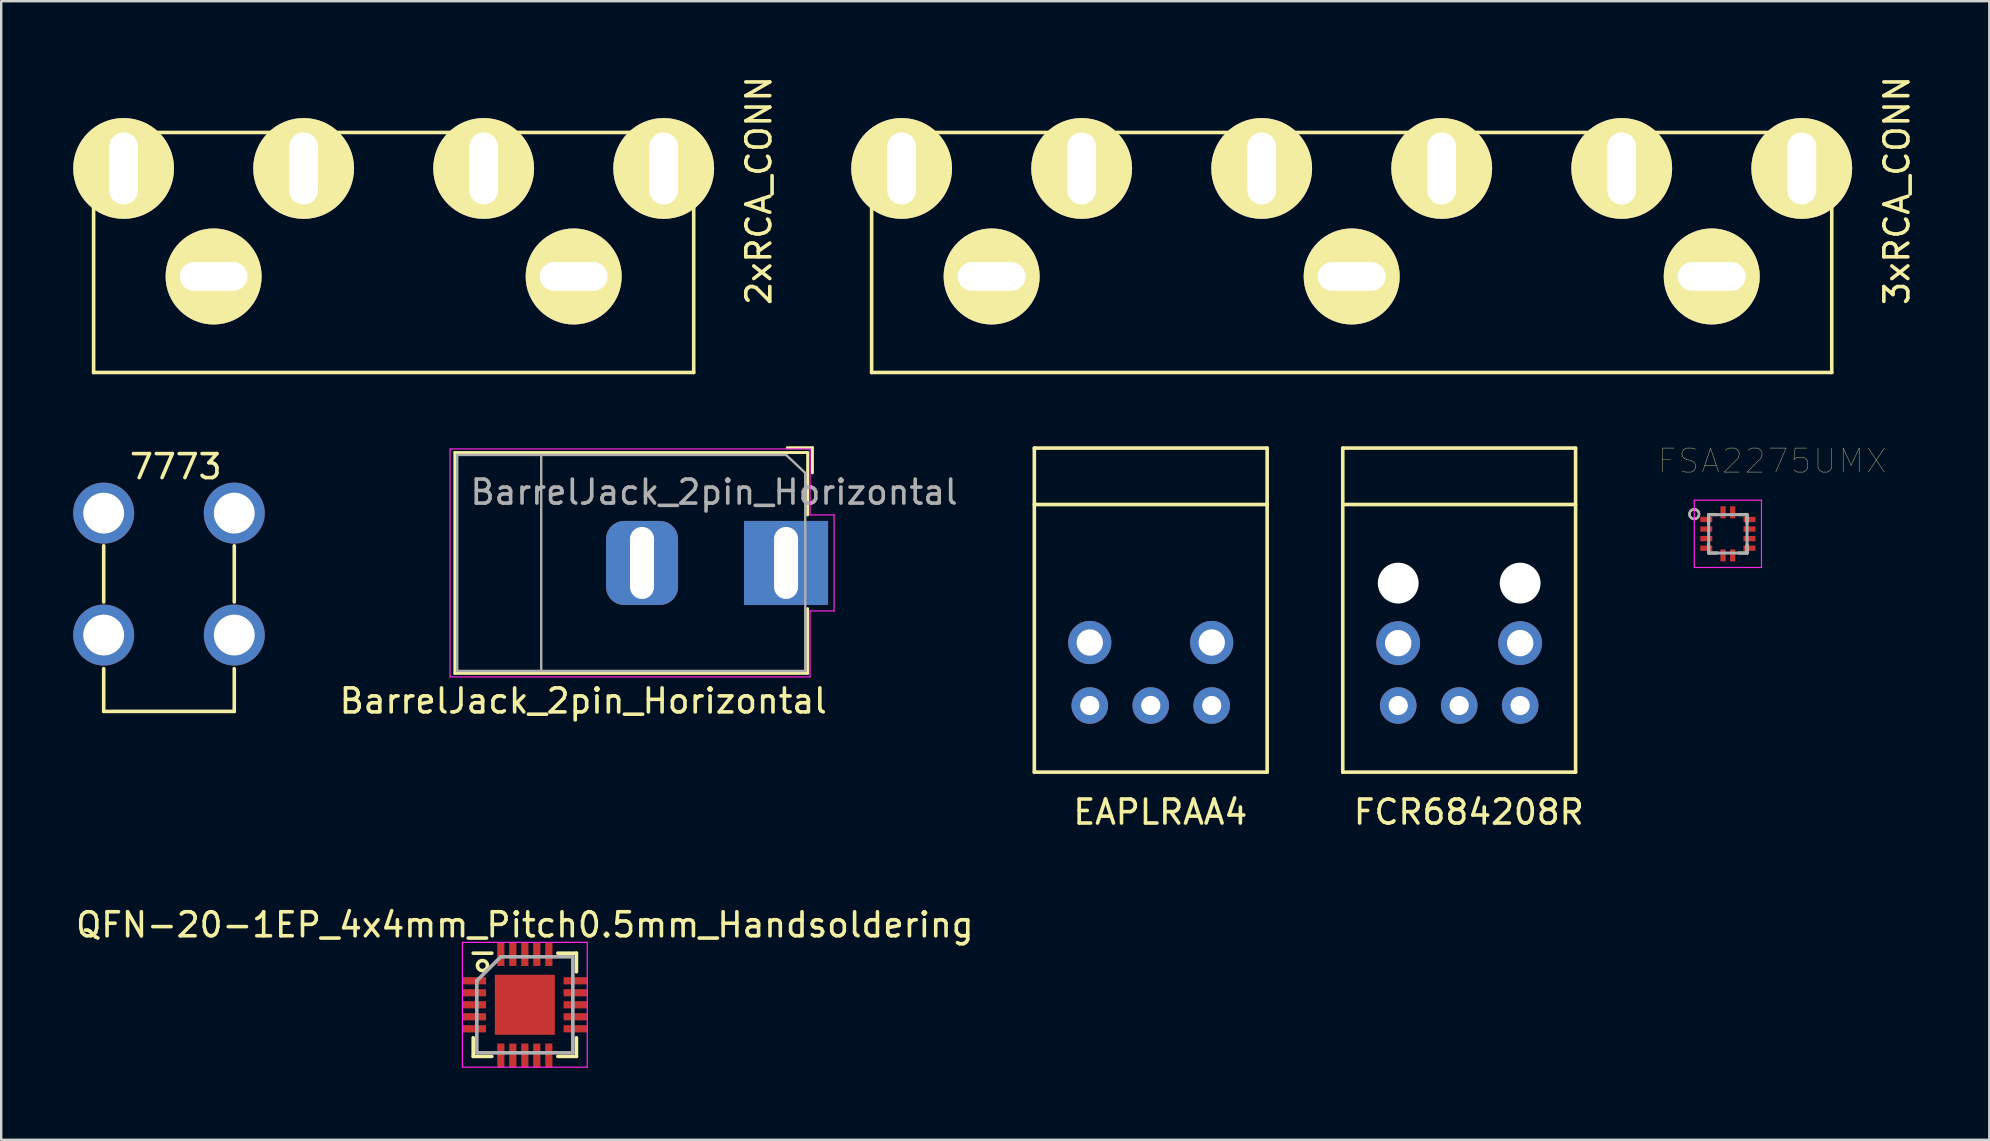
<source format=kicad_pcb>
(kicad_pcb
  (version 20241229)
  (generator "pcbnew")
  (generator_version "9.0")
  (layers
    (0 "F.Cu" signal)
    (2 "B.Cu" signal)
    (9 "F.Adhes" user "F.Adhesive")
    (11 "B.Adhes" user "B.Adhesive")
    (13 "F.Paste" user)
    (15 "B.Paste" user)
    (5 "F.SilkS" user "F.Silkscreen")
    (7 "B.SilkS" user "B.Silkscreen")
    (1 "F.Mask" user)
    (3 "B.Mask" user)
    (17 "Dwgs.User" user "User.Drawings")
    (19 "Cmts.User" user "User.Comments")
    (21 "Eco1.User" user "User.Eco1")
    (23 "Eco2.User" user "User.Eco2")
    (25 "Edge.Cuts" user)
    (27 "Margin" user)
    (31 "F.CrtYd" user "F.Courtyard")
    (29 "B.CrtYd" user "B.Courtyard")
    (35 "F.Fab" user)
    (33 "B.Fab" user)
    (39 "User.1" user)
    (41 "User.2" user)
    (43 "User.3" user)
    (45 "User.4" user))
  (footprint "QFN-20-1EP_4x4mm_Pitch0.5mm_Handsoldering"
    (layer "F.Cu")
    (at 18.815 38.81)
    (property "Reference" "QFN-20-1EP_4x4mm_Pitch0.5mm_Handsoldering" (at 0 -3.33 0) (layer "F.SilkS") (effects (font (size 1 1) (thickness 0.15))))
    (attr smd)
    (fp_line (start -2.15 -2.15) (end -1.375 -2.15) (stroke (width 0.15) (type solid)) (layer "F.SilkS"))
    (fp_line (start -2.15 2.15) (end -2.15 1.375) (stroke (width 0.15) (type solid)) (layer "F.SilkS"))
    (fp_line (start -2.15 2.15) (end -1.375 2.15) (stroke (width 0.15) (type solid)) (layer "F.SilkS"))
    (fp_line (start 2.15 -2.15) (end 1.375 -2.15) (stroke (width 0.15) (type solid)) (layer "F.SilkS"))
    (fp_line (start 2.15 -2.15) (end 2.15 -1.375) (stroke (width 0.15) (type solid)) (layer "F.SilkS"))
    (fp_line (start 2.15 2.15) (end 1.375 2.15) (stroke (width 0.15) (type solid)) (layer "F.SilkS"))
    (fp_line (start 2.15 2.15) (end 2.15 1.375) (stroke (width 0.15) (type solid)) (layer "F.SilkS"))
    (fp_circle (center -1.765 -1.633) (end -1.605 -1.499) (stroke (width 0.15) (type solid)) (fill no) (layer "F.SilkS"))
    (fp_line (start -2.6 -2.6) (end -2.6 2.6) (stroke (width 0.05) (type solid)) (layer "F.CrtYd"))
    (fp_line (start -2.6 -2.6) (end 2.6 -2.6) (stroke (width 0.05) (type solid)) (layer "F.CrtYd"))
    (fp_line (start -2.6 2.6) (end 2.6 2.6) (stroke (width 0.05) (type solid)) (layer "F.CrtYd"))
    (fp_line (start 2.6 -2.6) (end 2.6 2.6) (stroke (width 0.05) (type solid)) (layer "F.CrtYd"))
    (fp_line (start -2 -1) (end -1 -2) (stroke (width 0.15) (type solid)) (layer "F.Fab"))
    (fp_line (start -2 2) (end -2 -1) (stroke (width 0.15) (type solid)) (layer "F.Fab"))
    (fp_line (start -1 -2) (end 2 -2) (stroke (width 0.15) (type solid)) (layer "F.Fab"))
    (fp_line (start 2 -2) (end 2 2) (stroke (width 0.15) (type solid)) (layer "F.Fab"))
    (fp_line (start 2 2) (end -2 2) (stroke (width 0.15) (type solid)) (layer "F.Fab"))
    (pad "1" smd rect (at -2.115 -1) (size 1 0.3) (layers "F.Cu" "F.Mask" "F.Paste"))
    (pad "2" smd rect (at -2.115 -0.5) (size 1 0.3) (layers "F.Cu" "F.Mask" "F.Paste"))
    (pad "3" smd rect (at -2.115 0) (size 1 0.3) (layers "F.Cu" "F.Mask" "F.Paste"))
    (pad "4" smd rect (at -2.115 0.5) (size 1 0.3) (layers "F.Cu" "F.Mask" "F.Paste"))
    (pad "5" smd rect (at -2.115 1) (size 1 0.3) (layers "F.Cu" "F.Mask" "F.Paste"))
    (pad "6" smd rect (at -1 2.115 90) (size 1 0.3) (layers "F.Cu" "F.Mask" "F.Paste"))
    (pad "7" smd rect (at -0.5 2.115 90) (size 1 0.3) (layers "F.Cu" "F.Mask" "F.Paste"))
    (pad "8" smd rect (at 0 2.115 90) (size 1 0.3) (layers "F.Cu" "F.Mask" "F.Paste"))
    (pad "9" smd rect (at 0.5 2.115 90) (size 1 0.3) (layers "F.Cu" "F.Mask" "F.Paste"))
    (pad "10" smd rect (at 1 2.115 90) (size 1 0.3) (layers "F.Cu" "F.Mask" "F.Paste"))
    (pad "11" smd rect (at 2.115 1) (size 1 0.3) (layers "F.Cu" "F.Mask" "F.Paste"))
    (pad "12" smd rect (at 2.115 0.5) (size 1 0.3) (layers "F.Cu" "F.Mask" "F.Paste"))
    (pad "13" smd rect (at 2.115 0) (size 1 0.3) (layers "F.Cu" "F.Mask" "F.Paste"))
    (pad "14" smd rect (at 2.115 -0.5) (size 1 0.3) (layers "F.Cu" "F.Mask" "F.Paste"))
    (pad "15" smd rect (at 2.115 -1) (size 1 0.3) (layers "F.Cu" "F.Mask" "F.Paste"))
    (pad "16" smd rect (at 1 -2.115 90) (size 1 0.3) (layers "F.Cu" "F.Mask" "F.Paste"))
    (pad "17" smd rect (at 0.5 -2.115 90) (size 1 0.3) (layers "F.Cu" "F.Mask" "F.Paste"))
    (pad "18" smd rect (at 0 -2.115 90) (size 1 0.3) (layers "F.Cu" "F.Mask" "F.Paste"))
    (pad "19" smd rect (at -0.5 -2.115 90) (size 1 0.3) (layers "F.Cu" "F.Mask" "F.Paste"))
    (pad "20" smd rect (at -1 -2.115 90) (size 1 0.3) (layers "F.Cu" "F.Mask" "F.Paste"))
    (pad "EP" smd rect (at 0 0) (size 2.5 2.5) (layers "F.Cu" "F.Mask" "F.Paste")))
  (footprint "EAPLRAA4"
    (layer "F.Cu")
    (at 44.891 26.343)
    (property "Reference" "EAPLRAA4" (at 0.401 4.44 0) (layer "F.SilkS") (effects (font (size 1 1) (thickness 0.15))))
    (attr through_hole)
    (fp_line (start -4.85 -10.725) (end 4.85 -10.725) (stroke (width 0.15) (type solid)) (layer "F.SilkS"))
    (fp_line (start -4.85 -8.375) (end 4.85 -8.375) (stroke (width 0.15) (type solid)) (layer "F.SilkS"))
    (fp_line (start -4.85 2.775) (end -4.85 -10.725) (stroke (width 0.15) (type solid)) (layer "F.SilkS"))
    (fp_line (start 4.85 -10.725) (end 4.85 2.775) (stroke (width 0.15) (type solid)) (layer "F.SilkS"))
    (fp_line (start 4.85 2.775) (end -4.85 2.775) (stroke (width 0.15) (type solid)) (layer "F.SilkS"))
    (pad "1" thru_hole circle (at -2.54 0) (size 1.524 1.524) (drill 0.8) (layers "*.Cu" "*.Mask"))
    (pad "2" thru_hole circle (at 0 0) (size 1.524 1.524) (drill 0.8) (layers "*.Cu" "*.Mask"))
    (pad "3" thru_hole circle (at 2.54 0) (size 1.524 1.524) (drill 0.8) (layers "*.Cu" "*.Mask"))
    (pad "4" thru_hole circle (at 2.54 -2.625) (size 1.8 1.8) (drill 1.1) (layers "*.Cu" "*.Mask"))
    (pad "5" thru_hole circle (at -2.54 -2.625) (size 1.8 1.8) (drill 1.1) (layers "*.Cu" "*.Mask")))
  (footprint "FCR684208R"
    (layer "F.Cu")
    (at 57.741 26.343)
    (property "Reference" "FCR684208R" (at 0.401 4.44 0) (layer "F.SilkS") (effects (font (size 1 1) (thickness 0.15))))
    (attr through_hole)
    (fp_line (start -4.85 -10.725) (end 4.85 -10.725) (stroke (width 0.15) (type solid)) (layer "F.SilkS"))
    (fp_line (start -4.85 -8.375) (end 4.85 -8.375) (stroke (width 0.15) (type solid)) (layer "F.SilkS"))
    (fp_line (start -4.85 2.775) (end -4.85 -10.725) (stroke (width 0.15) (type solid)) (layer "F.SilkS"))
    (fp_line (start 4.85 -10.725) (end 4.85 2.775) (stroke (width 0.15) (type solid)) (layer "F.SilkS"))
    (fp_line (start 4.85 2.775) (end -4.85 2.775) (stroke (width 0.15) (type solid)) (layer "F.SilkS"))
    (pad "" np_thru_hole circle (at -2.54 -5.1) (size 1.7 1.7) (drill 1.7) (layers "*.Cu" "*.Mask"))
    (pad "" np_thru_hole circle (at 2.54 -5.1) (size 1.7 1.7) (drill 1.7) (layers "*.Cu" "*.Mask"))
    (pad "1" thru_hole circle (at -2.54 0) (size 1.524 1.524) (drill 0.8) (layers "*.Cu" "*.Mask"))
    (pad "2" thru_hole circle (at 0 0) (size 1.524 1.524) (drill 0.8) (layers "*.Cu" "*.Mask"))
    (pad "3" thru_hole circle (at 2.54 0) (size 1.524 1.524) (drill 0.8) (layers "*.Cu" "*.Mask"))
    (pad "4" thru_hole circle (at 2.54 -2.6) (size 1.824 1.824) (drill 1.1) (layers "*.Cu" "*.Mask"))
    (pad "5" thru_hole circle (at -2.54 -2.6) (size 1.824 1.824) (drill 1.1) (layers "*.Cu" "*.Mask")))
  (footprint "BarrelJack_2pin_Horizontal"
    (layer "F.Cu")
    (at 29.698 20.403)
    (property "Reference" "BarrelJack_2pin_Horizontal" (at -8.45 5.75 0) (layer "F.SilkS") (effects (font (size 1 1) (thickness 0.15))))
    (attr through_hole)
    (fp_line (start -13.8 -4.6) (end 0.9 -4.6) (stroke (width 0.12) (type solid)) (layer "F.SilkS"))
    (fp_line (start -13.8 4.6) (end -13.8 -4.6) (stroke (width 0.12) (type solid)) (layer "F.SilkS"))
    (fp_line (start 0.05 -4.8) (end 1.1 -4.8) (stroke (width 0.12) (type solid)) (layer "F.SilkS"))
    (fp_line (start 0.9 -4.6) (end 0.9 -2) (stroke (width 0.12) (type solid)) (layer "F.SilkS"))
    (fp_line (start 0.9 1.9) (end 0.9 4.6) (stroke (width 0.12) (type solid)) (layer "F.SilkS"))
    (fp_line (start 0.9 4.6) (end -13.8 4.6) (stroke (width 0.12) (type solid)) (layer "F.SilkS"))
    (fp_line (start 1.1 -3.75) (end 1.1 -4.8) (stroke (width 0.12) (type solid)) (layer "F.SilkS"))
    (fp_line (start -14 4.75) (end -14 -4.75) (stroke (width 0.05) (type solid)) (layer "F.CrtYd"))
    (fp_line (start 1 -4.75) (end -14 -4.75) (stroke (width 0.05) (type solid)) (layer "F.CrtYd"))
    (fp_line (start 1 -4.5) (end 1 -4.75) (stroke (width 0.05) (type solid)) (layer "F.CrtYd"))
    (fp_line (start 1 -4.5) (end 1 -2) (stroke (width 0.05) (type solid)) (layer "F.CrtYd"))
    (fp_line (start 1 -2) (end 2 -2) (stroke (width 0.05) (type solid)) (layer "F.CrtYd"))
    (fp_line (start 1 2) (end 1 4.75) (stroke (width 0.05) (type solid)) (layer "F.CrtYd"))
    (fp_line (start 1 4.75) (end -14 4.75) (stroke (width 0.05) (type solid)) (layer "F.CrtYd"))
    (fp_line (start 2 -2) (end 2 2) (stroke (width 0.05) (type solid)) (layer "F.CrtYd"))
    (fp_line (start 2 2) (end 1 2) (stroke (width 0.05) (type solid)) (layer "F.CrtYd"))
    (fp_line (start -13.7 -4.5) (end -13.7 4.5) (stroke (width 0.1) (type solid)) (layer "F.Fab"))
    (fp_line (start -13.7 4.5) (end 0.8 4.5) (stroke (width 0.1) (type solid)) (layer "F.Fab"))
    (fp_line (start -10.2 -4.5) (end -10.2 4.5) (stroke (width 0.1) (type solid)) (layer "F.Fab"))
    (fp_line (start -0.003 -4.505) (end 0.8 -3.75) (stroke (width 0.1) (type solid)) (layer "F.Fab"))
    (fp_line (start 0 -4.5) (end -13.7 -4.5) (stroke (width 0.1) (type solid)) (layer "F.Fab"))
    (fp_line (start 0.8 4.5) (end 0.8 -3.75) (stroke (width 0.1) (type solid)) (layer "F.Fab"))
    (fp_text user "${REFERENCE}" (at -3 -2.95 0) (layer "F.Fab") (effects (font (size 1 1) (thickness 0.15))))
    (pad "1" thru_hole rect (at 0 0) (size 3.5 3.5) (drill oval 1 3) (layers "*.Cu" "*.Mask"))
    (pad "2" thru_hole roundrect (at -6 0) (size 3 3.5) (drill oval 1 3) (layers "*.Cu" "*.Mask") (roundrect_rratio 0.25)))
  (footprint "2xRCA_CONN"
    (layer "F.Cu")
    (at 13.35 8.468)
    (property "Reference" "2xRCA_CONN" (at 15.215 -3.581 90) (layer "F.SilkS") (effects (font (size 1 1) (thickness 0.15))))
    (attr through_hole)
    (fp_line (start -12.5 -6) (end -12.5 4) (stroke (width 0.15) (type solid)) (layer "F.SilkS"))
    (fp_line (start -12.5 -6) (end 12.5 -6) (stroke (width 0.15) (type solid)) (layer "F.SilkS"))
    (fp_line (start -12.5 4) (end 12.5 4) (stroke (width 0.15) (type solid)) (layer "F.SilkS"))
    (fp_line (start 12.5 -6) (end 12.5 4) (stroke (width 0.15) (type solid)) (layer "F.SilkS"))
    (pad "1" thru_hole circle (at -11.25 -4.5) (size 4.2 4.2) (drill oval 1.2 3) (layers "*.Cu" "*.Mask" "F.SilkS"))
    (pad "1" thru_hole circle (at -3.75 -4.5) (size 4.2 4.2) (drill oval 1.2 3) (layers "*.Cu" "*.Mask" "F.SilkS"))
    (pad "2" thru_hole circle (at -7.5 0) (size 4 4) (drill oval 2.82 1.2) (layers "*.Cu" "*.Mask" "F.SilkS"))
    (pad "3" thru_hole circle (at 3.75 -4.5) (size 4.2 4.2) (drill oval 1.2 3) (layers "*.Cu" "*.Mask" "F.SilkS"))
    (pad "3" thru_hole circle (at 11.25 -4.5) (size 4.2 4.2) (drill oval 1.2 3) (layers "*.Cu" "*.Mask" "F.SilkS"))
    (pad "4" thru_hole circle (at 7.5 0) (size 4 4) (drill oval 2.82 1.2) (layers "*.Cu" "*.Mask" "F.SilkS")))
  (footprint "FSA2275UMX"
    (layer "F.Cu")
    (at 68.935 19.19)
    (property "Reference" "FSA2275UMX" (at 1.85 -3.035 0) (layer "F.SilkS") (effects (font (size 1 1) (thickness 0.015))))
    (attr through_hole)
    (fp_line (start -0.8 -0.8) (end -0.8 -0.45) (stroke (width 0.127) (type solid)) (layer "F.SilkS"))
    (fp_line (start -0.8 -0.8) (end -0.45 -0.8) (stroke (width 0.127) (type solid)) (layer "F.SilkS"))
    (fp_line (start -0.8 0.8) (end -0.8 0.45) (stroke (width 0.127) (type solid)) (layer "F.SilkS"))
    (fp_line (start -0.8 0.8) (end -0.45 0.8) (stroke (width 0.127) (type solid)) (layer "F.SilkS"))
    (fp_line (start 0.8 -0.8) (end 0.45 -0.8) (stroke (width 0.127) (type solid)) (layer "F.SilkS"))
    (fp_line (start 0.8 -0.8) (end 0.8 -0.45) (stroke (width 0.127) (type solid)) (layer "F.SilkS"))
    (fp_line (start 0.8 0.8) (end 0.45 0.8) (stroke (width 0.127) (type solid)) (layer "F.SilkS"))
    (fp_line (start 0.8 0.8) (end 0.8 0.45) (stroke (width 0.127) (type solid)) (layer "F.SilkS"))
    (fp_circle (center -1.4 -0.82) (end -1.2 -0.82) (stroke (width 0.1) (type solid)) (fill no) (layer "F.SilkS"))
    (fp_line (start -1.4 -1.4) (end 1.4 -1.4) (stroke (width 0.05) (type solid)) (layer "F.CrtYd"))
    (fp_line (start -1.4 1.4) (end -1.4 -1.4) (stroke (width 0.05) (type solid)) (layer "F.CrtYd"))
    (fp_line (start -1.4 1.4) (end 1.4 1.4) (stroke (width 0.05) (type solid)) (layer "F.CrtYd"))
    (fp_line (start 1.4 1.4) (end 1.4 -1.4) (stroke (width 0.05) (type solid)) (layer "F.CrtYd"))
    (fp_line (start -0.8 0.8) (end -0.8 -0.8) (stroke (width 0.127) (type solid)) (layer "F.Fab"))
    (fp_line (start 0.8 -0.8) (end -0.8 -0.8) (stroke (width 0.127) (type solid)) (layer "F.Fab"))
    (fp_line (start 0.8 0.8) (end -0.8 0.8) (stroke (width 0.127) (type solid)) (layer "F.Fab"))
    (fp_line (start 0.8 0.8) (end 0.8 -0.8) (stroke (width 0.127) (type solid)) (layer "F.Fab"))
    (fp_circle (center -1.4 -0.82) (end -1.2 -0.82) (stroke (width 0.1) (type solid)) (fill no) (layer "F.Fab"))
    (pad "1" smd rect (at 0.2 -0.9) (size 0.22 0.5) (layers "F.Cu" "F.Mask" "F.Paste"))
    (pad "2" smd rect (at -0.2 -0.9) (size 0.22 0.5) (layers "F.Cu" "F.Mask" "F.Paste"))
    (pad "3" smd rect (at -0.9 -0.6) (size 0.5 0.22) (layers "F.Cu" "F.Mask" "F.Paste"))
    (pad "4" smd rect (at -0.9 -0.2) (size 0.5 0.22) (layers "F.Cu" "F.Mask" "F.Paste"))
    (pad "5" smd rect (at -0.9 0.2) (size 0.5 0.22) (layers "F.Cu" "F.Mask" "F.Paste"))
    (pad "6" smd rect (at -0.9 0.6) (size 0.5 0.22) (layers "F.Cu" "F.Mask" "F.Paste"))
    (pad "7" smd rect (at -0.2 0.9) (size 0.22 0.5) (layers "F.Cu" "F.Mask" "F.Paste"))
    (pad "8" smd rect (at 0.2 0.9) (size 0.22 0.5) (layers "F.Cu" "F.Mask" "F.Paste"))
    (pad "9" smd rect (at 0.9 0.6) (size 0.5 0.22) (layers "F.Cu" "F.Mask" "F.Paste"))
    (pad "10" smd rect (at 0.9 0.2) (size 0.5 0.22) (layers "F.Cu" "F.Mask" "F.Paste"))
    (pad "11" smd rect (at 0.9 -0.2) (size 0.5 0.22) (layers "F.Cu" "F.Mask" "F.Paste"))
    (pad "12" smd rect (at 0.9 -0.6) (size 0.5 0.22) (layers "F.Cu" "F.Mask" "F.Paste")))
  (footprint "3xRCA_CONN"
    (layer "F.Cu")
    (at 53.263 8.468)
    (property "Reference" "3xRCA_CONN" (at 22.715 -3.581 90) (layer "F.SilkS") (effects (font (size 1 1) (thickness 0.15))))
    (attr through_hole)
    (fp_line (start -20 -6) (end 20 -6) (stroke (width 0.15) (type solid)) (layer "F.SilkS"))
    (fp_line (start -20 4) (end -20 -6) (stroke (width 0.15) (type solid)) (layer "F.SilkS"))
    (fp_line (start -20 4) (end 20 4) (stroke (width 0.15) (type solid)) (layer "F.SilkS"))
    (fp_line (start 20 -6) (end 20 4) (stroke (width 0.15) (type solid)) (layer "F.SilkS"))
    (pad "1" thru_hole circle (at -18.75 -4.5) (size 4.2 4.2) (drill oval 1.2 3) (layers "*.Cu" "*.Mask" "F.SilkS"))
    (pad "1" thru_hole circle (at -11.25 -4.5) (size 4.2 4.2) (drill oval 1.2 3) (layers "*.Cu" "*.Mask" "F.SilkS"))
    (pad "2" thru_hole circle (at -15 0) (size 4 4) (drill oval 2.82 1.2) (layers "*.Cu" "*.Mask" "F.SilkS"))
    (pad "3" thru_hole circle (at -3.75 -4.5) (size 4.2 4.2) (drill oval 1.2 3) (layers "*.Cu" "*.Mask" "F.SilkS"))
    (pad "3" thru_hole circle (at 3.75 -4.5) (size 4.2 4.2) (drill oval 1.2 3) (layers "*.Cu" "*.Mask" "F.SilkS"))
    (pad "4" thru_hole circle (at 0 0) (size 4 4) (drill oval 2.82 1.2) (layers "*.Cu" "*.Mask" "F.SilkS"))
    (pad "5" thru_hole circle (at 11.25 -4.5) (size 4.2 4.2) (drill oval 1.2 3) (layers "*.Cu" "*.Mask" "F.SilkS"))
    (pad "5" thru_hole circle (at 18.75 -4.5) (size 4.2 4.2) (drill oval 1.2 3) (layers "*.Cu" "*.Mask" "F.SilkS"))
    (pad "6" thru_hole circle (at 15 0) (size 4 4) (drill oval 2.82 1.2) (layers "*.Cu" "*.Mask" "F.SilkS")))
  (footprint "7773"
    (layer "F.Cu")
    (at 3.99 18.327)
    (property "Reference" "7773" (at 0.282 -1.935 0) (layer "F.SilkS") (effects (font (size 1 1) (thickness 0.15))))
    (attr through_hole)
    (fp_line (start -2.72 1.36) (end -2.72 3.7) (stroke (width 0.15) (type solid)) (layer "F.SilkS"))
    (fp_line (start -2.72 6.48) (end -2.72 8.26) (stroke (width 0.15) (type solid)) (layer "F.SilkS"))
    (fp_line (start -2.72 8.26) (end 2.72 8.26) (stroke (width 0.15) (type solid)) (layer "F.SilkS"))
    (fp_line (start 2.72 1.36) (end 2.72 3.7) (stroke (width 0.15) (type solid)) (layer "F.SilkS"))
    (fp_line (start 2.72 8.26) (end 2.72 6.48) (stroke (width 0.15) (type solid)) (layer "F.SilkS"))
    (pad "1" thru_hole circle (at -2.72 0) (size 2.54 2.54) (drill 1.7) (layers "*.Cu" "*.Mask"))
    (pad "1" thru_hole circle (at -2.72 5.08) (size 2.54 2.54) (drill 1.7) (layers "*.Cu" "*.Mask"))
    (pad "1" thru_hole circle (at 2.72 0) (size 2.54 2.54) (drill 1.7) (layers "*.Cu" "*.Mask"))
    (pad "1" thru_hole circle (at 2.72 5.08) (size 2.54 2.54) (drill 1.7) (layers "*.Cu" "*.Mask")))
  (gr_rect
    (start -3 -3)
    (end 79.827 44.435)
    (stroke (width 0.1) (type default))
    (fill no)
    (layer "Edge.Cuts")))
</source>
